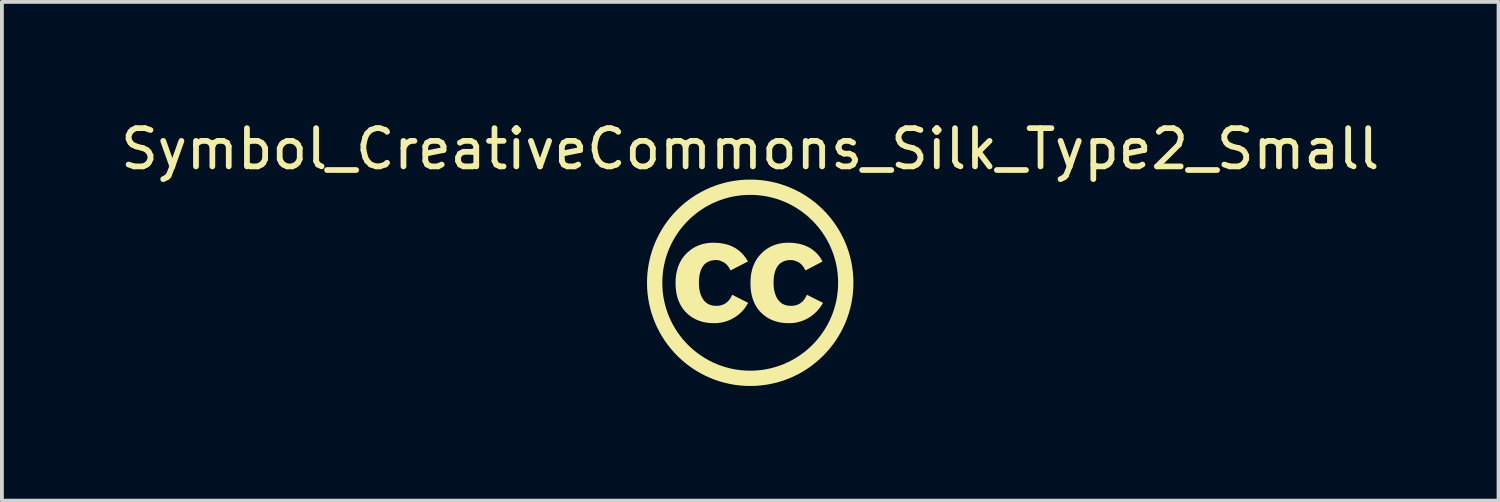
<source format=kicad_pcb>
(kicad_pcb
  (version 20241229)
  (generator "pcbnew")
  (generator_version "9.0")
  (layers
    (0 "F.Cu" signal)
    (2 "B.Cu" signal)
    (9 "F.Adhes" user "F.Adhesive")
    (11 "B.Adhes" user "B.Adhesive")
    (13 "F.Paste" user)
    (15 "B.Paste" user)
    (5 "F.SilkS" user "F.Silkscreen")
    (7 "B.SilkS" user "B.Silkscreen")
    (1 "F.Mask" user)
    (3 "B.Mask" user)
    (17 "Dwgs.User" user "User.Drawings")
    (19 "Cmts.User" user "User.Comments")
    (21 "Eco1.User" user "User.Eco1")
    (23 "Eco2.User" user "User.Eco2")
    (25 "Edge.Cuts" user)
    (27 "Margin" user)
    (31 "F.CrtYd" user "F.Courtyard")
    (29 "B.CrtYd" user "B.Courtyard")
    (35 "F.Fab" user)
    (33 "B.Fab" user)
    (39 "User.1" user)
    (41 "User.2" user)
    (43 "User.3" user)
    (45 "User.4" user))
  (footprint "Symbol_CreativeCommons_Silk_Type2_Small"
    (layer "F.Cu")
    (at 16.577 4.348)
    (property "Reference" "Symbol_CreativeCommons_Silk_Type2_Small" (at 0 -3.5 0) (layer "F.SilkS") (effects (font (size 1 1) (thickness 0.15))))
    (attr exclude_from_pos_files exclude_from_bom allow_missing_courtyard)
    (fp_circle (center 0 0) (end 2.5 0) (stroke (width 0.4) (type solid)) (fill no) (layer "F.SilkS"))
    (fp_poly (pts (xy -0.884 -1.046) (xy -0.809 -1.04) (xy -0.738 -1.03) (xy -0.669 -1.017) (xy -0.603 -1) (xy -0.539 -0.979) (xy -0.479 -0.954) (xy -0.421 -0.925) (xy -0.366 -0.893) (xy -0.314 -0.856) (xy -0.265 -0.816) (xy -0.218 -0.772) (xy -0.175 -0.724) (xy -0.134 -0.673) (xy -0.095 -0.617) (xy -0.06 -0.558) (xy -0.514 -0.322) (xy -0.523 -0.341) (xy -0.532 -0.358) (xy -0.542 -0.375) (xy -0.552 -0.392) (xy -0.562 -0.408) (xy -0.573 -0.423) (xy -0.583 -0.437) (xy -0.594 -0.45) (xy -0.606 -0.463) (xy -0.617 -0.476) (xy -0.629 -0.487) (xy -0.641 -0.498) (xy -0.653 -0.508) (xy -0.666 -0.517) (xy -0.679 -0.526) (xy -0.692 -0.534) (xy -0.705 -0.541) (xy -0.718 -0.548) (xy -0.731 -0.554) (xy -0.744 -0.56) (xy -0.757 -0.566) (xy -0.769 -0.57) (xy -0.782 -0.575) (xy -0.794 -0.579) (xy -0.806 -0.583) (xy -0.818 -0.586) (xy -0.83 -0.588) (xy -0.842 -0.59) (xy -0.854 -0.592) (xy -0.866 -0.593) (xy -0.877 -0.594) (xy -0.889 -0.594) (xy -0.916 -0.594) (xy -0.943 -0.592) (xy -0.97 -0.589) (xy -0.995 -0.585) (xy -1.019 -0.58) (xy -1.043 -0.573) (xy -1.065 -0.565) (xy -1.087 -0.557) (xy -1.108 -0.547) (xy -1.128 -0.536) (xy -1.147 -0.523) (xy -1.165 -0.51) (xy -1.182 -0.495) (xy -1.199 -0.48) (xy -1.214 -0.463) (xy -1.229 -0.444) (xy -1.242 -0.425) (xy -1.255 -0.405) (xy -1.267 -0.383) (xy -1.278 -0.36) (xy -1.289 -0.336) (xy -1.298 -0.311) (xy -1.306 -0.285) (xy -1.314 -0.257) (xy -1.32 -0.229) (xy -1.326 -0.199) (xy -1.331 -0.168) (xy -1.335 -0.136) (xy -1.338 -0.102) (xy -1.34 -0.068) (xy -1.342 -0.032) (xy -1.342 0.005) (xy -1.342 0.038) (xy -1.34 0.071) (xy -1.338 0.103) (xy -1.335 0.134) (xy -1.331 0.164) (xy -1.326 0.193) (xy -1.32 0.222) (xy -1.313 0.249) (xy -1.306 0.276) (xy -1.297 0.302) (xy -1.288 0.327) (xy -1.278 0.351) (xy -1.266 0.375) (xy -1.254 0.397) (xy -1.241 0.419) (xy -1.227 0.44) (xy -1.213 0.46) (xy -1.197 0.478) (xy -1.18 0.495) (xy -1.163 0.511) (xy -1.154 0.519) (xy -1.145 0.526) (xy -1.135 0.533) (xy -1.126 0.539) (xy -1.116 0.546) (xy -1.106 0.552) (xy -1.096 0.557) (xy -1.085 0.562) (xy -1.064 0.572) (xy -1.041 0.58) (xy -1.018 0.587) (xy -0.994 0.593) (xy -0.969 0.598) (xy -0.943 0.601) (xy -0.916 0.603) (xy -0.889 0.603) (xy -0.852 0.602) (xy -0.817 0.599) (xy -0.784 0.593) (xy -0.751 0.585) (xy -0.72 0.575) (xy -0.691 0.562) (xy -0.663 0.548) (xy -0.636 0.531) (xy -0.611 0.511) (xy -0.587 0.49) (xy -0.564 0.466) (xy -0.543 0.44) (xy -0.523 0.412) (xy -0.504 0.381) (xy -0.487 0.348) (xy -0.471 0.313) (xy -0.054 0.525) (xy -0.071 0.555) (xy -0.089 0.585) (xy -0.107 0.614) (xy -0.127 0.642) (xy -0.147 0.669) (xy -0.168 0.696) (xy -0.19 0.721) (xy -0.213 0.746) (xy -0.236 0.77) (xy -0.26 0.793) (xy -0.285 0.816) (xy -0.311 0.837) (xy -0.338 0.858) (xy -0.366 0.878) (xy -0.394 0.897) (xy -0.423 0.915) (xy -0.453 0.932) (xy -0.483 0.948) (xy -0.513 0.963) (xy -0.544 0.977) (xy -0.575 0.99) (xy -0.606 1.001) (xy -0.638 1.012) (xy -0.671 1.021) (xy -0.703 1.03) (xy -0.737 1.037) (xy -0.77 1.043) (xy -0.804 1.048) (xy -0.838 1.052) (xy -0.873 1.055) (xy -0.908 1.056) (xy -0.943 1.057) (xy -0.999 1.056) (xy -1.054 1.053) (xy -1.107 1.047) (xy -1.159 1.04) (xy -1.209 1.03) (xy -1.258 1.018) (xy -1.306 1.004) (xy -1.353 0.987) (xy -1.398 0.969) (xy -1.441 0.948) (xy -1.484 0.925) (xy -1.525 0.9) (xy -1.564 0.873) (xy -1.603 0.844) (xy -1.639 0.812) (xy -1.675 0.779) (xy -1.708 0.743) (xy -1.74 0.706) (xy -1.769 0.667) (xy -1.796 0.626) (xy -1.821 0.584) (xy -1.844 0.539) (xy -1.865 0.494) (xy -1.883 0.446) (xy -1.9 0.397) (xy -1.914 0.346) (xy -1.926 0.293) (xy -1.936 0.239) (xy -1.943 0.183) (xy -1.949 0.125) (xy -1.952 0.066) (xy -1.953 0.005) (xy -1.952 -0.055) (xy -1.949 -0.113) (xy -1.943 -0.17) (xy -1.935 -0.225) (xy -1.925 -0.278) (xy -1.913 -0.33) (xy -1.899 -0.38) (xy -1.883 -0.429) (xy -1.864 -0.476) (xy -1.843 -0.522) (xy -1.82 -0.566) (xy -1.795 -0.609) (xy -1.767 -0.65) (xy -1.738 -0.689) (xy -1.706 -0.727) (xy -1.672 -0.763) (xy -1.636 -0.798) (xy -1.599 -0.83) (xy -1.561 -0.86) (xy -1.522 -0.888) (xy -1.482 -0.913) (xy -1.44 -0.937) (xy -1.397 -0.958) (xy -1.353 -0.977) (xy -1.308 -0.993) (xy -1.262 -1.008) (xy -1.215 -1.02) (xy -1.167 -1.03) (xy -1.117 -1.038) (xy -1.066 -1.043) (xy -1.014 -1.047) (xy -0.961 -1.048)) (stroke (width 0) (type solid)) (fill yes) (layer "F.SilkS"))
    (fp_poly (pts (xy 1.076 -1.046) (xy 1.15 -1.04) (xy 1.221 -1.03) (xy 1.29 -1.017) (xy 1.356 -1) (xy 1.419 -0.979) (xy 1.479 -0.954) (xy 1.537 -0.925) (xy 1.591 -0.893) (xy 1.643 -0.856) (xy 1.692 -0.816) (xy 1.738 -0.772) (xy 1.781 -0.724) (xy 1.821 -0.673) (xy 1.859 -0.617) (xy 1.893 -0.558) (xy 1.893 -0.558) (xy 1.446 -0.322) (xy 1.437 -0.341) (xy 1.427 -0.358) (xy 1.418 -0.375) (xy 1.408 -0.392) (xy 1.397 -0.408) (xy 1.387 -0.423) (xy 1.376 -0.437) (xy 1.365 -0.45) (xy 1.354 -0.463) (xy 1.342 -0.476) (xy 1.33 -0.487) (xy 1.318 -0.498) (xy 1.306 -0.508) (xy 1.293 -0.517) (xy 1.281 -0.526) (xy 1.267 -0.534) (xy 1.254 -0.541) (xy 1.241 -0.548) (xy 1.228 -0.554) (xy 1.215 -0.56) (xy 1.202 -0.566) (xy 1.189 -0.57) (xy 1.176 -0.575) (xy 1.164 -0.579) (xy 1.151 -0.583) (xy 1.139 -0.586) (xy 1.126 -0.588) (xy 1.114 -0.59) (xy 1.101 -0.592) (xy 1.089 -0.593) (xy 1.077 -0.594) (xy 1.065 -0.594) (xy 1.037 -0.594) (xy 1.01 -0.592) (xy 0.984 -0.589) (xy 0.959 -0.585) (xy 0.934 -0.58) (xy 0.911 -0.573) (xy 0.888 -0.565) (xy 0.866 -0.557) (xy 0.846 -0.547) (xy 0.826 -0.536) (xy 0.807 -0.523) (xy 0.788 -0.51) (xy 0.771 -0.495) (xy 0.755 -0.48) (xy 0.739 -0.463) (xy 0.725 -0.444) (xy 0.711 -0.425) (xy 0.698 -0.405) (xy 0.686 -0.383) (xy 0.675 -0.36) (xy 0.665 -0.336) (xy 0.656 -0.311) (xy 0.647 -0.285) (xy 0.64 -0.257) (xy 0.633 -0.229) (xy 0.627 -0.199) (xy 0.622 -0.168) (xy 0.618 -0.136) (xy 0.615 -0.102) (xy 0.613 -0.068) (xy 0.612 -0.032) (xy 0.611 0.005) (xy 0.612 0.038) (xy 0.613 0.071) (xy 0.615 0.103) (xy 0.618 0.134) (xy 0.622 0.164) (xy 0.627 0.193) (xy 0.633 0.222) (xy 0.64 0.249) (xy 0.648 0.276) (xy 0.656 0.302) (xy 0.666 0.327) (xy 0.676 0.351) (xy 0.687 0.375) (xy 0.699 0.397) (xy 0.712 0.419) (xy 0.726 0.44) (xy 0.741 0.46) (xy 0.757 0.478) (xy 0.773 0.495) (xy 0.782 0.504) (xy 0.79 0.511) (xy 0.799 0.519) (xy 0.809 0.526) (xy 0.818 0.533) (xy 0.828 0.539) (xy 0.837 0.546) (xy 0.847 0.552) (xy 0.858 0.557) (xy 0.868 0.562) (xy 0.89 0.572) (xy 0.912 0.58) (xy 0.936 0.587) (xy 0.96 0.593) (xy 0.985 0.598) (xy 1.011 0.601) (xy 1.037 0.603) (xy 1.065 0.603) (xy 1.101 0.602) (xy 1.136 0.599) (xy 1.17 0.593) (xy 1.202 0.585) (xy 1.233 0.575) (xy 1.262 0.562) (xy 1.291 0.548) (xy 1.317 0.531) (xy 1.343 0.511) (xy 1.367 0.49) (xy 1.389 0.466) (xy 1.411 0.44) (xy 1.431 0.412) (xy 1.449 0.381) (xy 1.466 0.348) (xy 1.482 0.313) (xy 1.905 0.525) (xy 1.888 0.555) (xy 1.869 0.585) (xy 1.85 0.614) (xy 1.83 0.642) (xy 1.809 0.669) (xy 1.787 0.696) (xy 1.765 0.721) (xy 1.742 0.746) (xy 1.718 0.77) (xy 1.694 0.793) (xy 1.668 0.816) (xy 1.642 0.837) (xy 1.616 0.858) (xy 1.588 0.878) (xy 1.56 0.897) (xy 1.531 0.915) (xy 1.501 0.932) (xy 1.471 0.948) (xy 1.441 0.963) (xy 1.41 0.977) (xy 1.379 0.99) (xy 1.348 1.001) (xy 1.316 1.012) (xy 1.284 1.021) (xy 1.252 1.03) (xy 1.219 1.037) (xy 1.186 1.043) (xy 1.153 1.048) (xy 1.119 1.052) (xy 1.085 1.055) (xy 1.051 1.056) (xy 1.017 1.057) (xy 0.96 1.056) (xy 0.905 1.053) (xy 0.851 1.047) (xy 0.798 1.04) (xy 0.747 1.03) (xy 0.698 1.018) (xy 0.65 1.004) (xy 0.603 0.987) (xy 0.558 0.969) (xy 0.514 0.948) (xy 0.472 0.925) (xy 0.431 0.9) (xy 0.392 0.873) (xy 0.354 0.844) (xy 0.317 0.812) (xy 0.282 0.779) (xy 0.249 0.743) (xy 0.217 0.706) (xy 0.188 0.667) (xy 0.161 0.626) (xy 0.137 0.584) (xy 0.114 0.539) (xy 0.094 0.494) (xy 0.075 0.446) (xy 0.059 0.397) (xy 0.045 0.346) (xy 0.033 0.293) (xy 0.024 0.239) (xy 0.016 0.183) (xy 0.011 0.125) (xy 0.008 0.066) (xy 0.007 0.005) (xy 0.008 -0.055) (xy 0.011 -0.113) (xy 0.016 -0.17) (xy 0.024 -0.225) (xy 0.034 -0.278) (xy 0.046 -0.33) (xy 0.06 -0.38) (xy 0.077 -0.429) (xy 0.096 -0.476) (xy 0.116 -0.522) (xy 0.139 -0.566) (xy 0.165 -0.609) (xy 0.192 -0.65) (xy 0.222 -0.689) (xy 0.254 -0.727) (xy 0.288 -0.763) (xy 0.324 -0.798) (xy 0.36 -0.83) (xy 0.398 -0.86) (xy 0.438 -0.888) (xy 0.478 -0.913) (xy 0.52 -0.937) (xy 0.562 -0.958) (xy 0.606 -0.977) (xy 0.651 -0.993) (xy 0.697 -1.008) (xy 0.744 -1.02) (xy 0.793 -1.03) (xy 0.843 -1.038) (xy 0.893 -1.043) (xy 0.945 -1.047) (xy 0.998 -1.048)) (stroke (width 0) (type solid)) (fill yes) (layer "F.SilkS")))
  (gr_rect
    (start -3 -3)
    (end 36.155 10.048)
    (stroke (width 0.1) (type default))
    (fill no)
    (layer "Edge.Cuts")))
</source>
